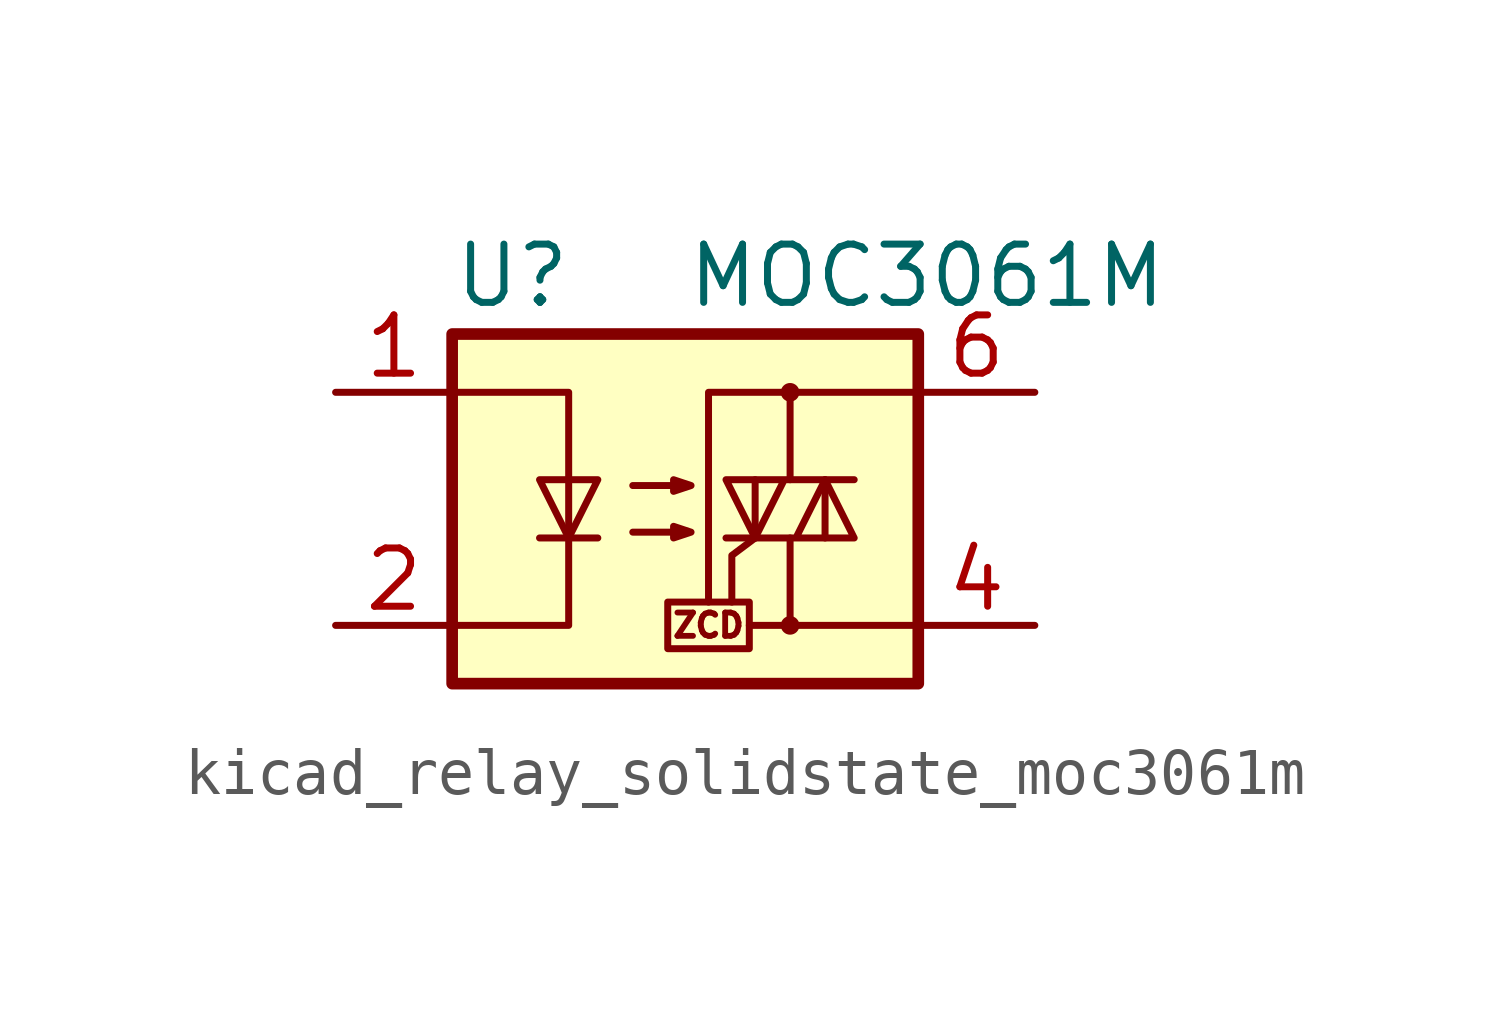
<source format=kicad_sym>
(kicad_symbol_lib
  (version 20220914)
  (generator kicad_symbol_editor)
  (symbol "kicad_relay_solidstate_moc3061m"
    (property "Reference" "U"
      (at -5.08 5.08 0)
      (effects (font (size 1.27 1.27)) (justify left)))
    (property "Value" "MOC3061M"
      (at 0 5.08 0)
      (effects (font (size 1.27 1.27)) (justify left)))
    (symbol "kicad_relay_solidstate_moc3061m_0_0"
      (rectangle (start -0.381 -2.032) (end 1.397 -3.048) (stroke (width 0) (type default)) (fill (type none)))
      (polyline (pts (xy 2.286 -2.54) (xy 1.397 -2.54)) (stroke (width 0) (type default)) (fill (type none)))
      (polyline (pts (xy 1.524 -0.635) (xy 1.016 -1.016) (xy 1.016 -2.032)) (stroke (width 0) (type default)) (fill (type none)))
      (text "ZCD" (at 0.508 -2.54 0) (effects (font (size 0.508 0.508)))))
    (symbol "kicad_relay_solidstate_moc3061m_0_1"
      (rectangle (start -5.08 3.81) (end 5.08 -3.81) (stroke (width 0.254) (type default)) (fill (type background)))
      (polyline (pts (xy -3.175 -0.635) (xy -1.905 -0.635)) (stroke (width 0) (type default)) (fill (type none)))
      (polyline (pts (xy 1.524 -0.635) (xy 1.524 0.635)) (stroke (width 0) (type default)) (fill (type none)))
      (polyline (pts (xy 3.048 0.635) (xy 3.048 -0.635)) (stroke (width 0) (type default)) (fill (type none)))
      (polyline (pts (xy 2.286 -0.635) (xy 2.286 -2.54) (xy 5.08 -2.54)) (stroke (width 0) (type default)) (fill (type none)))
      (polyline (pts (xy 2.286 0.635) (xy 2.286 2.54) (xy 5.08 2.54)) (stroke (width 0) (type default)) (fill (type none)))
      (polyline (pts (xy 2.286 2.54) (xy 0.508 2.54) (xy 0.508 -2.032)) (stroke (width 0) (type default)) (fill (type none)))
      (polyline (pts (xy -5.08 2.54) (xy -2.54 2.54) (xy -2.54 -2.54) (xy -5.08 -2.54)) (stroke (width 0) (type default)) (fill (type none)))
      (polyline (pts (xy -2.54 -0.635) (xy -3.175 0.635) (xy -1.905 0.635) (xy -2.54 -0.635)) (stroke (width 0) (type default)) (fill (type none)))
      (polyline (pts (xy 0.889 -0.635) (xy 3.683 -0.635) (xy 3.048 0.635) (xy 2.413 -0.635)) (stroke (width 0) (type default)) (fill (type none)))
      (polyline (pts (xy 3.683 0.635) (xy 0.889 0.635) (xy 1.524 -0.635) (xy 2.159 0.635)) (stroke (width 0) (type default)) (fill (type none)))
      (polyline (pts (xy -1.143 -0.508) (xy 0.127 -0.508) (xy -0.254 -0.635) (xy -0.254 -0.381) (xy 0.127 -0.508)) (stroke (width 0) (type default)) (fill (type none)))
      (polyline (pts (xy -1.143 0.508) (xy 0.127 0.508) (xy -0.254 0.381) (xy -0.254 0.635) (xy 0.127 0.508)) (stroke (width 0) (type default)) (fill (type none)))
      (circle (center 2.286 -2.54) (radius 0.127) (stroke (width 0) (type default)) (fill (type none)))
      (circle (center 2.286 2.54) (radius 0.127) (stroke (width 0) (type default)) (fill (type none))))
    (symbol "kicad_relay_solidstate_moc3061m_1_1"
      (pin passive line (at -7.62 2.54 0) (length 2.54) (name "~" (effects (font (size 1.27 1.27)))) (number "1" (effects (font (size 1.27 1.27)))))
      (pin passive line (at -7.62 -2.54 0) (length 2.54) (name "~" (effects (font (size 1.27 1.27)))) (number "2" (effects (font (size 1.27 1.27)))))
      (pin no_connect line (at -5.08 0 0) (length 2.54) hide (name "NC" (effects (font (size 1.27 1.27)))) (number "3" (effects (font (size 1.27 1.27)))))
      (pin passive line (at 7.62 -2.54 180) (length 2.54) (name "~" (effects (font (size 1.27 1.27)))) (number "4" (effects (font (size 1.27 1.27)))))
      (pin no_connect line (at 5.08 0 180) (length 2.54) hide (name "NC" (effects (font (size 1.27 1.27)))) (number "5" (effects (font (size 1.27 1.27)))))
      (pin passive line (at 7.62 2.54 180) (length 2.54) (name "~" (effects (font (size 1.27 1.27)))) (number "6" (effects (font (size 1.27 1.27))))))))
</source>
